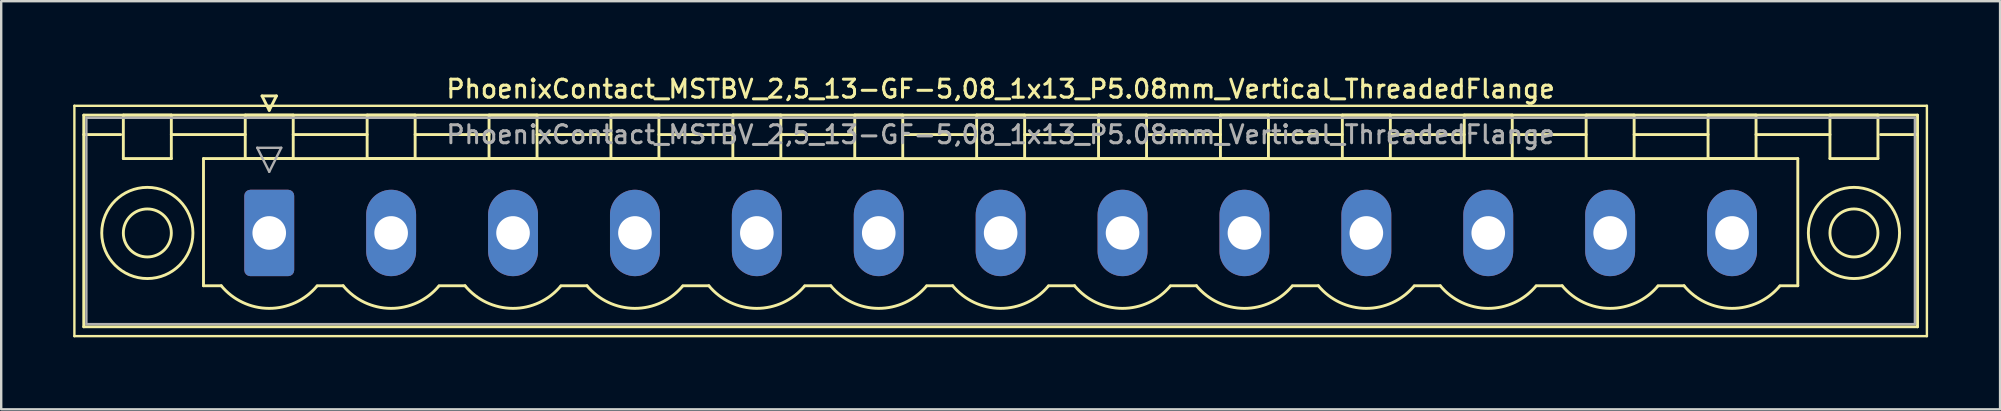
<source format=kicad_pcb>
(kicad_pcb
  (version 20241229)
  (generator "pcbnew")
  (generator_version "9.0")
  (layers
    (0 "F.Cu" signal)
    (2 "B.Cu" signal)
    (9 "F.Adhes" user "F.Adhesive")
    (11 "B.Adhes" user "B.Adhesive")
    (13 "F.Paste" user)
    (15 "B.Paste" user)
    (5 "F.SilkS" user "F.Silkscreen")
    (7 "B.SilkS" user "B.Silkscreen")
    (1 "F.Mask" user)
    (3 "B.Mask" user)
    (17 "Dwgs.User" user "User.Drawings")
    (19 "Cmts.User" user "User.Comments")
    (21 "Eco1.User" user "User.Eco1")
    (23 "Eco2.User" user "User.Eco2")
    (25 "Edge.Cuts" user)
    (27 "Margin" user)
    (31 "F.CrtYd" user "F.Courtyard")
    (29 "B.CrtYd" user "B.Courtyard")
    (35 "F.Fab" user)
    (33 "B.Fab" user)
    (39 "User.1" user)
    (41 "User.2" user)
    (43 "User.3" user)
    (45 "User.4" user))
  (footprint "PhoenixContact_MSTBV_2,5_13-GF-5,08_1x13_P5.08mm_Vertical_ThreadedFlange"
    (layer "F.Cu")
    (at 8.17 6.658)
    (property "Reference" "PhoenixContact_MSTBV_2,5_13-GF-5,08_1x13_P5.08mm_Vertical_ThreadedFlange" (at 30.48 -6 0) (layer "F.SilkS") (effects (font (size 0.75 0.75) (thickness 0.125))))
    (attr through_hole)
    (fp_line (start -8.12 -5.3) (end -8.12 4.3) (stroke (width 0.1) (type solid)) (layer "F.SilkS"))
    (fp_line (start -8.12 4.3) (end 69.08 4.3) (stroke (width 0.1) (type solid)) (layer "F.SilkS"))
    (fp_line (start -7.73 -4.91) (end -7.73 3.91) (stroke (width 0.12) (type solid)) (layer "F.SilkS"))
    (fp_line (start -7.73 -4.1) (end -6.19 -4.1) (stroke (width 0.12) (type solid)) (layer "F.SilkS"))
    (fp_line (start -7.73 3.91) (end 68.69 3.91) (stroke (width 0.12) (type solid)) (layer "F.SilkS"))
    (fp_line (start -6.08 -4.91) (end -4.08 -4.91) (stroke (width 0.12) (type solid)) (layer "F.SilkS"))
    (fp_line (start -6.08 -3.1) (end -6.08 -4.91) (stroke (width 0.12) (type solid)) (layer "F.SilkS"))
    (fp_line (start -4.08 -4.91) (end -4.08 -3.1) (stroke (width 0.12) (type solid)) (layer "F.SilkS"))
    (fp_line (start -4.08 -4.1) (end -1 -4.1) (stroke (width 0.12) (type solid)) (layer "F.SilkS"))
    (fp_line (start -4.08 -3.1) (end -6.08 -3.1) (stroke (width 0.12) (type solid)) (layer "F.SilkS"))
    (fp_line (start -2.74 -3.1) (end 63.7 -3.1) (stroke (width 0.12) (type solid)) (layer "F.SilkS"))
    (fp_line (start -2.74 2.2) (end -2.74 -3.1) (stroke (width 0.12) (type solid)) (layer "F.SilkS"))
    (fp_line (start -2 2.2) (end -2.74 2.2) (stroke (width 0.12) (type solid)) (layer "F.SilkS"))
    (fp_line (start -1 -4.91) (end 1 -4.91) (stroke (width 0.12) (type solid)) (layer "F.SilkS"))
    (fp_line (start -1 -3.1) (end -1 -4.91) (stroke (width 0.12) (type solid)) (layer "F.SilkS"))
    (fp_line (start -0.3 -5.71) (end 0.3 -5.71) (stroke (width 0.12) (type solid)) (layer "F.SilkS"))
    (fp_line (start 0 -5.11) (end -0.3 -5.71) (stroke (width 0.12) (type solid)) (layer "F.SilkS"))
    (fp_line (start 0.3 -5.71) (end 0 -5.11) (stroke (width 0.12) (type solid)) (layer "F.SilkS"))
    (fp_line (start 1 -4.91) (end 1 -3.1) (stroke (width 0.12) (type solid)) (layer "F.SilkS"))
    (fp_line (start 1 -4.1) (end 4.08 -4.1) (stroke (width 0.12) (type solid)) (layer "F.SilkS"))
    (fp_line (start 1 -3.1) (end -1 -3.1) (stroke (width 0.12) (type solid)) (layer "F.SilkS"))
    (fp_line (start 2 2.2) (end 3.08 2.2) (stroke (width 0.12) (type solid)) (layer "F.SilkS"))
    (fp_line (start 4.08 -4.91) (end 6.08 -4.91) (stroke (width 0.12) (type solid)) (layer "F.SilkS"))
    (fp_line (start 4.08 -3.1) (end 4.08 -4.91) (stroke (width 0.12) (type solid)) (layer "F.SilkS"))
    (fp_line (start 6.08 -4.91) (end 6.08 -3.1) (stroke (width 0.12) (type solid)) (layer "F.SilkS"))
    (fp_line (start 6.08 -4.1) (end 9.16 -4.1) (stroke (width 0.12) (type solid)) (layer "F.SilkS"))
    (fp_line (start 6.08 -3.1) (end 4.08 -3.1) (stroke (width 0.12) (type solid)) (layer "F.SilkS"))
    (fp_line (start 7.08 2.2) (end 8.16 2.2) (stroke (width 0.12) (type solid)) (layer "F.SilkS"))
    (fp_line (start 9.16 -4.91) (end 11.16 -4.91) (stroke (width 0.12) (type solid)) (layer "F.SilkS"))
    (fp_line (start 9.16 -3.1) (end 9.16 -4.91) (stroke (width 0.12) (type solid)) (layer "F.SilkS"))
    (fp_line (start 11.16 -4.91) (end 11.16 -3.1) (stroke (width 0.12) (type solid)) (layer "F.SilkS"))
    (fp_line (start 11.16 -4.1) (end 14.24 -4.1) (stroke (width 0.12) (type solid)) (layer "F.SilkS"))
    (fp_line (start 11.16 -3.1) (end 9.16 -3.1) (stroke (width 0.12) (type solid)) (layer "F.SilkS"))
    (fp_line (start 12.16 2.2) (end 13.24 2.2) (stroke (width 0.12) (type solid)) (layer "F.SilkS"))
    (fp_line (start 14.24 -4.91) (end 16.24 -4.91) (stroke (width 0.12) (type solid)) (layer "F.SilkS"))
    (fp_line (start 14.24 -3.1) (end 14.24 -4.91) (stroke (width 0.12) (type solid)) (layer "F.SilkS"))
    (fp_line (start 16.24 -4.91) (end 16.24 -3.1) (stroke (width 0.12) (type solid)) (layer "F.SilkS"))
    (fp_line (start 16.24 -4.1) (end 19.32 -4.1) (stroke (width 0.12) (type solid)) (layer "F.SilkS"))
    (fp_line (start 16.24 -3.1) (end 14.24 -3.1) (stroke (width 0.12) (type solid)) (layer "F.SilkS"))
    (fp_line (start 17.24 2.2) (end 18.32 2.2) (stroke (width 0.12) (type solid)) (layer "F.SilkS"))
    (fp_line (start 19.32 -4.91) (end 21.32 -4.91) (stroke (width 0.12) (type solid)) (layer "F.SilkS"))
    (fp_line (start 19.32 -3.1) (end 19.32 -4.91) (stroke (width 0.12) (type solid)) (layer "F.SilkS"))
    (fp_line (start 21.32 -4.91) (end 21.32 -3.1) (stroke (width 0.12) (type solid)) (layer "F.SilkS"))
    (fp_line (start 21.32 -4.1) (end 24.4 -4.1) (stroke (width 0.12) (type solid)) (layer "F.SilkS"))
    (fp_line (start 21.32 -3.1) (end 19.32 -3.1) (stroke (width 0.12) (type solid)) (layer "F.SilkS"))
    (fp_line (start 22.32 2.2) (end 23.4 2.2) (stroke (width 0.12) (type solid)) (layer "F.SilkS"))
    (fp_line (start 24.4 -4.91) (end 26.4 -4.91) (stroke (width 0.12) (type solid)) (layer "F.SilkS"))
    (fp_line (start 24.4 -3.1) (end 24.4 -4.91) (stroke (width 0.12) (type solid)) (layer "F.SilkS"))
    (fp_line (start 26.4 -4.91) (end 26.4 -3.1) (stroke (width 0.12) (type solid)) (layer "F.SilkS"))
    (fp_line (start 26.4 -4.1) (end 29.48 -4.1) (stroke (width 0.12) (type solid)) (layer "F.SilkS"))
    (fp_line (start 26.4 -3.1) (end 24.4 -3.1) (stroke (width 0.12) (type solid)) (layer "F.SilkS"))
    (fp_line (start 27.4 2.2) (end 28.48 2.2) (stroke (width 0.12) (type solid)) (layer "F.SilkS"))
    (fp_line (start 29.48 -4.91) (end 31.48 -4.91) (stroke (width 0.12) (type solid)) (layer "F.SilkS"))
    (fp_line (start 29.48 -3.1) (end 29.48 -4.91) (stroke (width 0.12) (type solid)) (layer "F.SilkS"))
    (fp_line (start 31.48 -4.91) (end 31.48 -3.1) (stroke (width 0.12) (type solid)) (layer "F.SilkS"))
    (fp_line (start 31.48 -4.1) (end 34.56 -4.1) (stroke (width 0.12) (type solid)) (layer "F.SilkS"))
    (fp_line (start 31.48 -3.1) (end 29.48 -3.1) (stroke (width 0.12) (type solid)) (layer "F.SilkS"))
    (fp_line (start 32.48 2.2) (end 33.56 2.2) (stroke (width 0.12) (type solid)) (layer "F.SilkS"))
    (fp_line (start 34.56 -4.91) (end 36.56 -4.91) (stroke (width 0.12) (type solid)) (layer "F.SilkS"))
    (fp_line (start 34.56 -3.1) (end 34.56 -4.91) (stroke (width 0.12) (type solid)) (layer "F.SilkS"))
    (fp_line (start 36.56 -4.91) (end 36.56 -3.1) (stroke (width 0.12) (type solid)) (layer "F.SilkS"))
    (fp_line (start 36.56 -4.1) (end 39.64 -4.1) (stroke (width 0.12) (type solid)) (layer "F.SilkS"))
    (fp_line (start 36.56 -3.1) (end 34.56 -3.1) (stroke (width 0.12) (type solid)) (layer "F.SilkS"))
    (fp_line (start 37.56 2.2) (end 38.64 2.2) (stroke (width 0.12) (type solid)) (layer "F.SilkS"))
    (fp_line (start 39.64 -4.91) (end 41.64 -4.91) (stroke (width 0.12) (type solid)) (layer "F.SilkS"))
    (fp_line (start 39.64 -3.1) (end 39.64 -4.91) (stroke (width 0.12) (type solid)) (layer "F.SilkS"))
    (fp_line (start 41.64 -4.91) (end 41.64 -3.1) (stroke (width 0.12) (type solid)) (layer "F.SilkS"))
    (fp_line (start 41.64 -4.1) (end 44.72 -4.1) (stroke (width 0.12) (type solid)) (layer "F.SilkS"))
    (fp_line (start 41.64 -3.1) (end 39.64 -3.1) (stroke (width 0.12) (type solid)) (layer "F.SilkS"))
    (fp_line (start 42.64 2.2) (end 43.72 2.2) (stroke (width 0.12) (type solid)) (layer "F.SilkS"))
    (fp_line (start 44.72 -4.91) (end 46.72 -4.91) (stroke (width 0.12) (type solid)) (layer "F.SilkS"))
    (fp_line (start 44.72 -3.1) (end 44.72 -4.91) (stroke (width 0.12) (type solid)) (layer "F.SilkS"))
    (fp_line (start 46.72 -4.91) (end 46.72 -3.1) (stroke (width 0.12) (type solid)) (layer "F.SilkS"))
    (fp_line (start 46.72 -4.1) (end 49.8 -4.1) (stroke (width 0.12) (type solid)) (layer "F.SilkS"))
    (fp_line (start 46.72 -3.1) (end 44.72 -3.1) (stroke (width 0.12) (type solid)) (layer "F.SilkS"))
    (fp_line (start 47.72 2.2) (end 48.8 2.2) (stroke (width 0.12) (type solid)) (layer "F.SilkS"))
    (fp_line (start 49.8 -4.91) (end 51.8 -4.91) (stroke (width 0.12) (type solid)) (layer "F.SilkS"))
    (fp_line (start 49.8 -3.1) (end 49.8 -4.91) (stroke (width 0.12) (type solid)) (layer "F.SilkS"))
    (fp_line (start 51.8 -4.91) (end 51.8 -3.1) (stroke (width 0.12) (type solid)) (layer "F.SilkS"))
    (fp_line (start 51.8 -4.1) (end 54.88 -4.1) (stroke (width 0.12) (type solid)) (layer "F.SilkS"))
    (fp_line (start 51.8 -3.1) (end 49.8 -3.1) (stroke (width 0.12) (type solid)) (layer "F.SilkS"))
    (fp_line (start 52.8 2.2) (end 53.88 2.2) (stroke (width 0.12) (type solid)) (layer "F.SilkS"))
    (fp_line (start 54.88 -4.91) (end 56.88 -4.91) (stroke (width 0.12) (type solid)) (layer "F.SilkS"))
    (fp_line (start 54.88 -3.1) (end 54.88 -4.91) (stroke (width 0.12) (type solid)) (layer "F.SilkS"))
    (fp_line (start 56.88 -4.91) (end 56.88 -3.1) (stroke (width 0.12) (type solid)) (layer "F.SilkS"))
    (fp_line (start 56.88 -4.1) (end 59.96 -4.1) (stroke (width 0.12) (type solid)) (layer "F.SilkS"))
    (fp_line (start 56.88 -3.1) (end 54.88 -3.1) (stroke (width 0.12) (type solid)) (layer "F.SilkS"))
    (fp_line (start 57.88 2.2) (end 58.96 2.2) (stroke (width 0.12) (type solid)) (layer "F.SilkS"))
    (fp_line (start 59.96 -4.91) (end 61.96 -4.91) (stroke (width 0.12) (type solid)) (layer "F.SilkS"))
    (fp_line (start 59.96 -3.1) (end 59.96 -4.91) (stroke (width 0.12) (type solid)) (layer "F.SilkS"))
    (fp_line (start 61.96 -4.91) (end 61.96 -3.1) (stroke (width 0.12) (type solid)) (layer "F.SilkS"))
    (fp_line (start 61.96 -4.1) (end 65.04 -4.1) (stroke (width 0.12) (type solid)) (layer "F.SilkS"))
    (fp_line (start 61.96 -3.1) (end 59.96 -3.1) (stroke (width 0.12) (type solid)) (layer "F.SilkS"))
    (fp_line (start 63.7 -3.1) (end 63.7 2.2) (stroke (width 0.12) (type solid)) (layer "F.SilkS"))
    (fp_line (start 63.7 2.2) (end 62.96 2.2) (stroke (width 0.12) (type solid)) (layer "F.SilkS"))
    (fp_line (start 65.04 -4.91) (end 67.04 -4.91) (stroke (width 0.12) (type solid)) (layer "F.SilkS"))
    (fp_line (start 65.04 -3.1) (end 65.04 -4.91) (stroke (width 0.12) (type solid)) (layer "F.SilkS"))
    (fp_line (start 67.04 -4.91) (end 67.04 -3.1) (stroke (width 0.12) (type solid)) (layer "F.SilkS"))
    (fp_line (start 67.04 -3.1) (end 65.04 -3.1) (stroke (width 0.12) (type solid)) (layer "F.SilkS"))
    (fp_line (start 68.69 -4.91) (end -7.73 -4.91) (stroke (width 0.12) (type solid)) (layer "F.SilkS"))
    (fp_line (start 68.69 -4.1) (end 67.15 -4.1) (stroke (width 0.12) (type solid)) (layer "F.SilkS"))
    (fp_line (start 68.69 3.91) (end 68.69 -4.91) (stroke (width 0.12) (type solid)) (layer "F.SilkS"))
    (fp_line (start 69.08 -5.3) (end -8.12 -5.3) (stroke (width 0.1) (type solid)) (layer "F.SilkS"))
    (fp_line (start 69.08 4.3) (end 69.08 -5.3) (stroke (width 0.1) (type solid)) (layer "F.SilkS"))
    (fp_arc (start 1.986842 2.215821) (mid -0.010289 3.142758) (end -2 2.2) (stroke (width 0.12) (type solid)) (layer "F.SilkS"))
    (fp_arc (start 7.066842 2.215821) (mid 5.069711 3.142758) (end 3.08 2.2) (stroke (width 0.12) (type solid)) (layer "F.SilkS"))
    (fp_arc (start 12.146842 2.215821) (mid 10.149711 3.142758) (end 8.16 2.2) (stroke (width 0.12) (type solid)) (layer "F.SilkS"))
    (fp_arc (start 17.226842 2.215821) (mid 15.229711 3.142758) (end 13.24 2.2) (stroke (width 0.12) (type solid)) (layer "F.SilkS"))
    (fp_arc (start 22.306842 2.215821) (mid 20.309711 3.142758) (end 18.32 2.2) (stroke (width 0.12) (type solid)) (layer "F.SilkS"))
    (fp_arc (start 27.386842 2.215821) (mid 25.389711 3.142758) (end 23.4 2.2) (stroke (width 0.12) (type solid)) (layer "F.SilkS"))
    (fp_arc (start 32.466842 2.215821) (mid 30.469711 3.142758) (end 28.48 2.2) (stroke (width 0.12) (type solid)) (layer "F.SilkS"))
    (fp_arc (start 37.546842 2.215821) (mid 35.549711 3.142758) (end 33.56 2.2) (stroke (width 0.12) (type solid)) (layer "F.SilkS"))
    (fp_arc (start 42.626842 2.215821) (mid 40.629711 3.142758) (end 38.64 2.2) (stroke (width 0.12) (type solid)) (layer "F.SilkS"))
    (fp_arc (start 47.706842 2.215821) (mid 45.709711 3.142758) (end 43.72 2.2) (stroke (width 0.12) (type solid)) (layer "F.SilkS"))
    (fp_arc (start 52.786842 2.215821) (mid 50.789711 3.142758) (end 48.8 2.2) (stroke (width 0.12) (type solid)) (layer "F.SilkS"))
    (fp_arc (start 57.866842 2.215821) (mid 55.869711 3.142758) (end 53.88 2.2) (stroke (width 0.12) (type solid)) (layer "F.SilkS"))
    (fp_arc (start 62.946842 2.215821) (mid 60.949711 3.142758) (end 58.96 2.2) (stroke (width 0.12) (type solid)) (layer "F.SilkS"))
    (fp_circle (center -5.08 0) (end -4.08 0) (stroke (width 0.12) (type solid)) (fill no) (layer "F.SilkS"))
    (fp_circle (center -5.08 0) (end -3.18 0) (stroke (width 0.12) (type solid)) (fill no) (layer "F.SilkS"))
    (fp_circle (center 66.04 0) (end 67.04 0) (stroke (width 0.12) (type solid)) (fill no) (layer "F.SilkS"))
    (fp_circle (center 66.04 0) (end 67.94 0) (stroke (width 0.12) (type solid)) (fill no) (layer "F.SilkS"))
    (fp_line (start -7.62 -4.8) (end -7.62 3.8) (stroke (width 0.1) (type solid)) (layer "F.Fab"))
    (fp_line (start -7.62 3.8) (end 68.58 3.8) (stroke (width 0.1) (type solid)) (layer "F.Fab"))
    (fp_line (start -0.5 -3.55) (end 0.5 -3.55) (stroke (width 0.1) (type solid)) (layer "F.Fab"))
    (fp_line (start 0 -2.55) (end -0.5 -3.55) (stroke (width 0.1) (type solid)) (layer "F.Fab"))
    (fp_line (start 0.5 -3.55) (end 0 -2.55) (stroke (width 0.1) (type solid)) (layer "F.Fab"))
    (fp_line (start 68.58 -4.8) (end -7.62 -4.8) (stroke (width 0.1) (type solid)) (layer "F.Fab"))
    (fp_line (start 68.58 3.8) (end 68.58 -4.8) (stroke (width 0.1) (type solid)) (layer "F.Fab"))
    (fp_text user "${REFERENCE}" (at 30.48 -4.1 0) (layer "F.Fab") (effects (font (size 0.75 0.75) (thickness 0.125))))
    (pad "1" thru_hole roundrect (at 0 0) (size 2.08 3.6) (drill 1.4) (layers "*.Cu" "*.Mask") (roundrect_rratio 0.12))
    (pad "2" thru_hole oval (at 5.08 0) (size 2.08 3.6) (drill 1.4) (layers "*.Cu" "*.Mask"))
    (pad "3" thru_hole oval (at 10.16 0) (size 2.08 3.6) (drill 1.4) (layers "*.Cu" "*.Mask"))
    (pad "4" thru_hole oval (at 15.24 0) (size 2.08 3.6) (drill 1.4) (layers "*.Cu" "*.Mask"))
    (pad "5" thru_hole oval (at 20.32 0) (size 2.08 3.6) (drill 1.4) (layers "*.Cu" "*.Mask"))
    (pad "6" thru_hole oval (at 25.4 0) (size 2.08 3.6) (drill 1.4) (layers "*.Cu" "*.Mask"))
    (pad "7" thru_hole oval (at 30.48 0) (size 2.08 3.6) (drill 1.4) (layers "*.Cu" "*.Mask"))
    (pad "8" thru_hole oval (at 35.56 0) (size 2.08 3.6) (drill 1.4) (layers "*.Cu" "*.Mask"))
    (pad "9" thru_hole oval (at 40.64 0) (size 2.08 3.6) (drill 1.4) (layers "*.Cu" "*.Mask"))
    (pad "10" thru_hole oval (at 45.72 0) (size 2.08 3.6) (drill 1.4) (layers "*.Cu" "*.Mask"))
    (pad "11" thru_hole oval (at 50.8 0) (size 2.08 3.6) (drill 1.4) (layers "*.Cu" "*.Mask"))
    (pad "12" thru_hole oval (at 55.88 0) (size 2.08 3.6) (drill 1.4) (layers "*.Cu" "*.Mask"))
    (pad "13" thru_hole oval (at 60.96 0) (size 2.08 3.6) (drill 1.4) (layers "*.Cu" "*.Mask")))
  (gr_rect
    (start -3 -3)
    (end 80.3 14.008)
    (stroke (width 0.1) (type default))
    (fill no)
    (layer "Edge.Cuts")))
</source>
